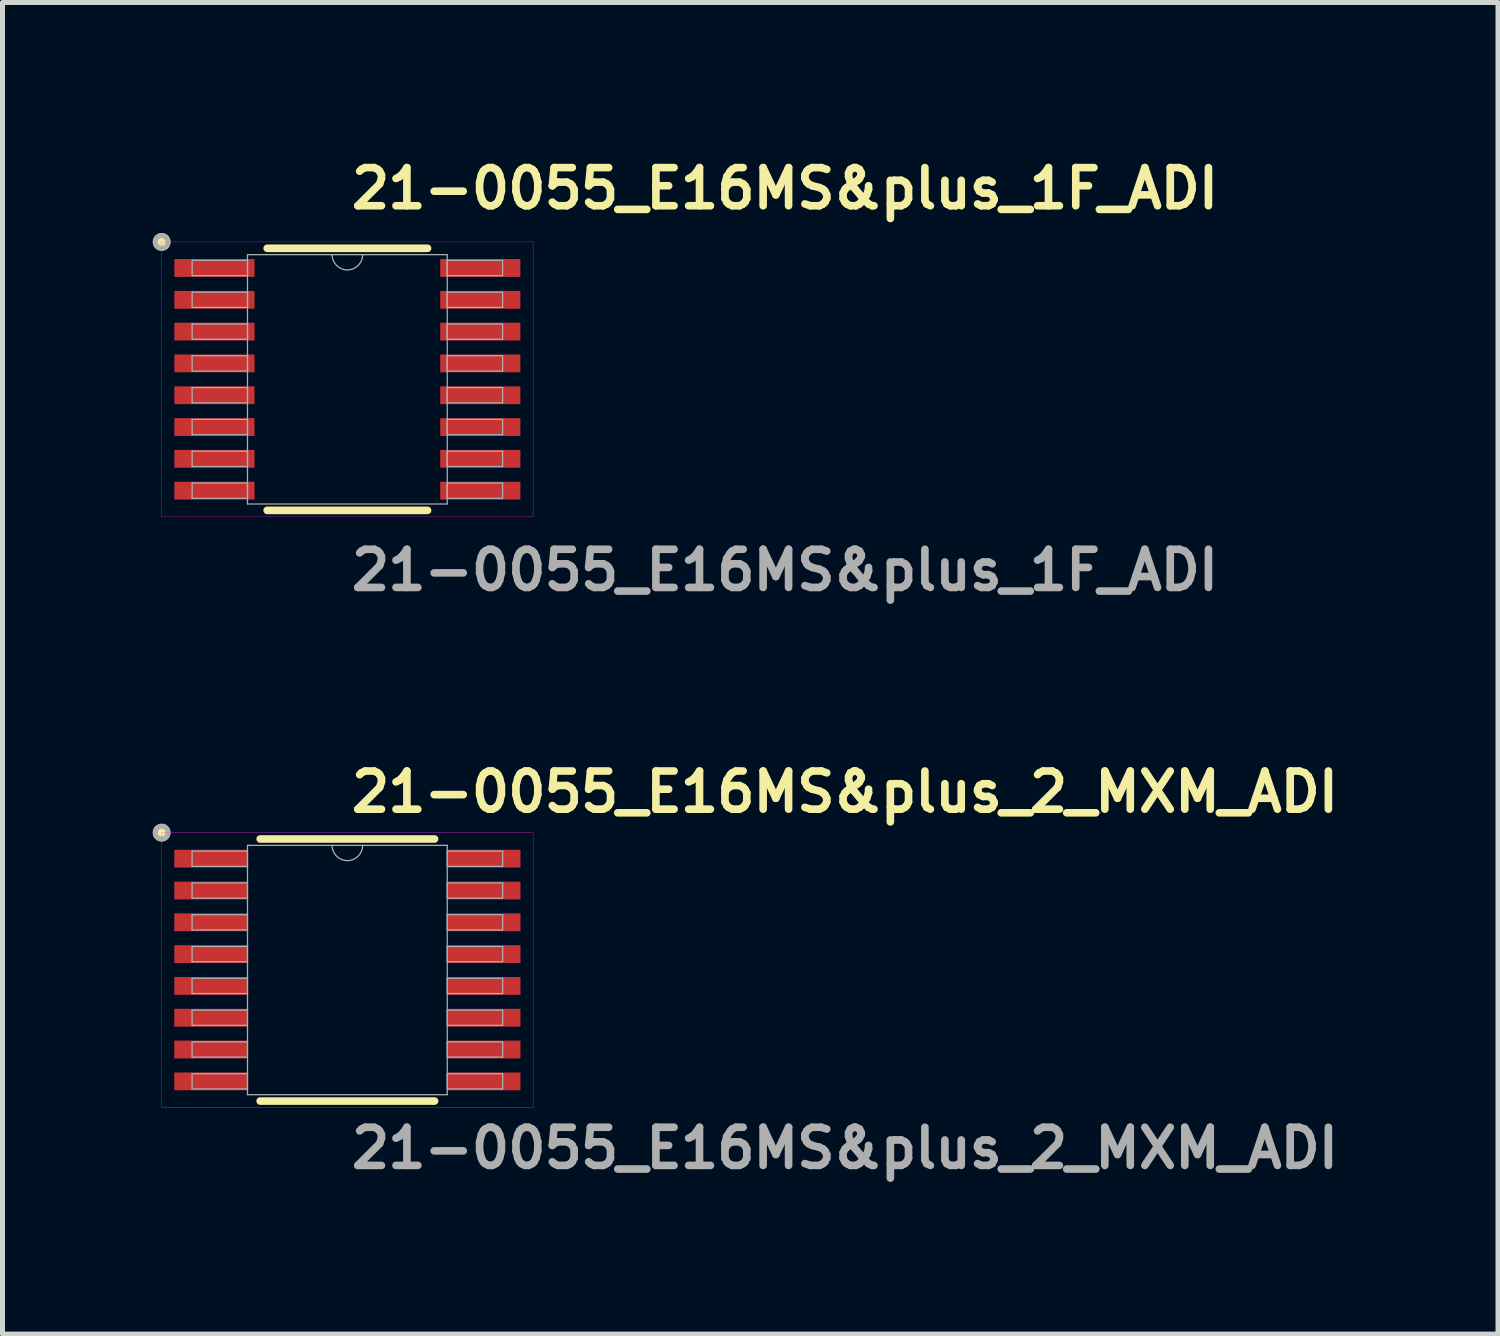
<source format=kicad_pcb>
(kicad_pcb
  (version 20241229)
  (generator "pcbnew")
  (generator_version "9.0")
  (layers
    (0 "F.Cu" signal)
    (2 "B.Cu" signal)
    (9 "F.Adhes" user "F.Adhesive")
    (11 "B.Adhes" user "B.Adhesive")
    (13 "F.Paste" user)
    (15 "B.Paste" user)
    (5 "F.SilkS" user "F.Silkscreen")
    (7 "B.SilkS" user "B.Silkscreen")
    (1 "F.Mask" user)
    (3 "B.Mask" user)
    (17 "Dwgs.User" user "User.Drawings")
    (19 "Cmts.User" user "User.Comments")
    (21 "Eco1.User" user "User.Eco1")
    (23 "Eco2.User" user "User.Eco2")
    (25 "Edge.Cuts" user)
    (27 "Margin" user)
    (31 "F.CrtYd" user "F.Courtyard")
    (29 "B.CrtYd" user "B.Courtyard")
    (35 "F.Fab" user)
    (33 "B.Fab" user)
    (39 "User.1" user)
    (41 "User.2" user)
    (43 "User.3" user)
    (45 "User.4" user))
  (footprint "21-0055_E16MS&plus_2_MXM_ADI"
    (layer "F.Cu")
    (at 3.885 16.316)
    (property "Reference" "21-0055_E16MS&plus_2_MXM_ADI" (at 0 -3.556 0) (unlocked yes) (layer "F.SilkS") (effects (font (size 0.762 0.762) (thickness 0.152) (bold yes)) (justify left)))
    (attr smd)
    (fp_line (start -1.741 2.616) (end 1.741 2.616) (stroke (width 0.152) (type solid)) (layer "F.SilkS"))
    (fp_line (start 1.741 -2.616) (end -1.741 -2.616) (stroke (width 0.152) (type solid)) (layer "F.SilkS"))
    (fp_circle (center -3.708 -2.743) (end -3.581 -2.743) (stroke (width 0.1) (type solid)) (fill yes) (layer "F.SilkS"))
    (fp_rect (start -3.708 -2.743) (end 3.708 2.743) (stroke (width 0.006) (type solid)) (fill no) (layer "F.CrtYd"))
    (fp_line (start -3.1 -2.375) (end -3.1 -2.07) (stroke (width 0.025) (type solid)) (layer "F.Fab"))
    (fp_line (start -3.1 -2.07) (end -1.994 -2.07) (stroke (width 0.025) (type solid)) (layer "F.Fab"))
    (fp_line (start -3.1 -1.74) (end -3.1 -1.435) (stroke (width 0.025) (type solid)) (layer "F.Fab"))
    (fp_line (start -3.1 -1.435) (end -1.994 -1.435) (stroke (width 0.025) (type solid)) (layer "F.Fab"))
    (fp_line (start -3.1 -1.105) (end -3.1 -0.8) (stroke (width 0.025) (type solid)) (layer "F.Fab"))
    (fp_line (start -3.1 -0.8) (end -1.994 -0.8) (stroke (width 0.025) (type solid)) (layer "F.Fab"))
    (fp_line (start -3.1 -0.47) (end -3.1 -0.165) (stroke (width 0.025) (type solid)) (layer "F.Fab"))
    (fp_line (start -3.1 -0.165) (end -1.994 -0.165) (stroke (width 0.025) (type solid)) (layer "F.Fab"))
    (fp_line (start -3.1 0.165) (end -3.1 0.47) (stroke (width 0.025) (type solid)) (layer "F.Fab"))
    (fp_line (start -3.1 0.47) (end -1.994 0.47) (stroke (width 0.025) (type solid)) (layer "F.Fab"))
    (fp_line (start -3.1 0.8) (end -3.1 1.105) (stroke (width 0.025) (type solid)) (layer "F.Fab"))
    (fp_line (start -3.1 1.105) (end -1.994 1.105) (stroke (width 0.025) (type solid)) (layer "F.Fab"))
    (fp_line (start -3.1 1.435) (end -3.1 1.74) (stroke (width 0.025) (type solid)) (layer "F.Fab"))
    (fp_line (start -3.1 1.74) (end -1.994 1.74) (stroke (width 0.025) (type solid)) (layer "F.Fab"))
    (fp_line (start -3.1 2.07) (end -3.1 2.375) (stroke (width 0.025) (type solid)) (layer "F.Fab"))
    (fp_line (start -3.1 2.375) (end -1.994 2.375) (stroke (width 0.025) (type solid)) (layer "F.Fab"))
    (fp_line (start -1.994 -2.489) (end -1.994 2.489) (stroke (width 0.025) (type solid)) (layer "F.Fab"))
    (fp_line (start -1.994 -2.375) (end -3.1 -2.375) (stroke (width 0.025) (type solid)) (layer "F.Fab"))
    (fp_line (start -1.994 -2.07) (end -1.994 -2.375) (stroke (width 0.025) (type solid)) (layer "F.Fab"))
    (fp_line (start -1.994 -1.74) (end -3.1 -1.74) (stroke (width 0.025) (type solid)) (layer "F.Fab"))
    (fp_line (start -1.994 -1.435) (end -1.994 -1.74) (stroke (width 0.025) (type solid)) (layer "F.Fab"))
    (fp_line (start -1.994 -1.105) (end -3.1 -1.105) (stroke (width 0.025) (type solid)) (layer "F.Fab"))
    (fp_line (start -1.994 -0.8) (end -1.994 -1.105) (stroke (width 0.025) (type solid)) (layer "F.Fab"))
    (fp_line (start -1.994 -0.47) (end -3.1 -0.47) (stroke (width 0.025) (type solid)) (layer "F.Fab"))
    (fp_line (start -1.994 -0.165) (end -1.994 -0.47) (stroke (width 0.025) (type solid)) (layer "F.Fab"))
    (fp_line (start -1.994 0.165) (end -3.1 0.165) (stroke (width 0.025) (type solid)) (layer "F.Fab"))
    (fp_line (start -1.994 0.47) (end -1.994 0.165) (stroke (width 0.025) (type solid)) (layer "F.Fab"))
    (fp_line (start -1.994 0.8) (end -3.1 0.8) (stroke (width 0.025) (type solid)) (layer "F.Fab"))
    (fp_line (start -1.994 1.105) (end -1.994 0.8) (stroke (width 0.025) (type solid)) (layer "F.Fab"))
    (fp_line (start -1.994 1.435) (end -3.1 1.435) (stroke (width 0.025) (type solid)) (layer "F.Fab"))
    (fp_line (start -1.994 1.74) (end -1.994 1.435) (stroke (width 0.025) (type solid)) (layer "F.Fab"))
    (fp_line (start -1.994 2.07) (end -3.1 2.07) (stroke (width 0.025) (type solid)) (layer "F.Fab"))
    (fp_line (start -1.994 2.375) (end -1.994 2.07) (stroke (width 0.025) (type solid)) (layer "F.Fab"))
    (fp_line (start -1.994 2.489) (end 1.994 2.489) (stroke (width 0.025) (type solid)) (layer "F.Fab"))
    (fp_line (start 1.994 -2.489) (end -1.994 -2.489) (stroke (width 0.025) (type solid)) (layer "F.Fab"))
    (fp_line (start 1.994 -2.375) (end 1.994 -2.07) (stroke (width 0.025) (type solid)) (layer "F.Fab"))
    (fp_line (start 1.994 -2.07) (end 3.1 -2.07) (stroke (width 0.025) (type solid)) (layer "F.Fab"))
    (fp_line (start 1.994 -1.74) (end 1.994 -1.435) (stroke (width 0.025) (type solid)) (layer "F.Fab"))
    (fp_line (start 1.994 -1.435) (end 3.1 -1.435) (stroke (width 0.025) (type solid)) (layer "F.Fab"))
    (fp_line (start 1.994 -1.105) (end 1.994 -0.8) (stroke (width 0.025) (type solid)) (layer "F.Fab"))
    (fp_line (start 1.994 -0.8) (end 3.1 -0.8) (stroke (width 0.025) (type solid)) (layer "F.Fab"))
    (fp_line (start 1.994 -0.47) (end 1.994 -0.165) (stroke (width 0.025) (type solid)) (layer "F.Fab"))
    (fp_line (start 1.994 -0.165) (end 3.1 -0.165) (stroke (width 0.025) (type solid)) (layer "F.Fab"))
    (fp_line (start 1.994 0.165) (end 1.994 0.47) (stroke (width 0.025) (type solid)) (layer "F.Fab"))
    (fp_line (start 1.994 0.47) (end 3.1 0.47) (stroke (width 0.025) (type solid)) (layer "F.Fab"))
    (fp_line (start 1.994 0.8) (end 1.994 1.105) (stroke (width 0.025) (type solid)) (layer "F.Fab"))
    (fp_line (start 1.994 1.105) (end 3.1 1.105) (stroke (width 0.025) (type solid)) (layer "F.Fab"))
    (fp_line (start 1.994 1.435) (end 1.994 1.74) (stroke (width 0.025) (type solid)) (layer "F.Fab"))
    (fp_line (start 1.994 1.74) (end 3.1 1.74) (stroke (width 0.025) (type solid)) (layer "F.Fab"))
    (fp_line (start 1.994 2.07) (end 1.994 2.375) (stroke (width 0.025) (type solid)) (layer "F.Fab"))
    (fp_line (start 1.994 2.375) (end 3.1 2.375) (stroke (width 0.025) (type solid)) (layer "F.Fab"))
    (fp_line (start 1.994 2.489) (end 1.994 -2.489) (stroke (width 0.025) (type solid)) (layer "F.Fab"))
    (fp_line (start 3.1 -2.375) (end 1.994 -2.375) (stroke (width 0.025) (type solid)) (layer "F.Fab"))
    (fp_line (start 3.1 -2.07) (end 3.1 -2.375) (stroke (width 0.025) (type solid)) (layer "F.Fab"))
    (fp_line (start 3.1 -1.74) (end 1.994 -1.74) (stroke (width 0.025) (type solid)) (layer "F.Fab"))
    (fp_line (start 3.1 -1.435) (end 3.1 -1.74) (stroke (width 0.025) (type solid)) (layer "F.Fab"))
    (fp_line (start 3.1 -1.105) (end 1.994 -1.105) (stroke (width 0.025) (type solid)) (layer "F.Fab"))
    (fp_line (start 3.1 -0.8) (end 3.1 -1.105) (stroke (width 0.025) (type solid)) (layer "F.Fab"))
    (fp_line (start 3.1 -0.47) (end 1.994 -0.47) (stroke (width 0.025) (type solid)) (layer "F.Fab"))
    (fp_line (start 3.1 -0.165) (end 3.1 -0.47) (stroke (width 0.025) (type solid)) (layer "F.Fab"))
    (fp_line (start 3.1 0.165) (end 1.994 0.165) (stroke (width 0.025) (type solid)) (layer "F.Fab"))
    (fp_line (start 3.1 0.47) (end 3.1 0.165) (stroke (width 0.025) (type solid)) (layer "F.Fab"))
    (fp_line (start 3.1 0.8) (end 1.994 0.8) (stroke (width 0.025) (type solid)) (layer "F.Fab"))
    (fp_line (start 3.1 1.105) (end 3.1 0.8) (stroke (width 0.025) (type solid)) (layer "F.Fab"))
    (fp_line (start 3.1 1.435) (end 1.994 1.435) (stroke (width 0.025) (type solid)) (layer "F.Fab"))
    (fp_line (start 3.1 1.74) (end 3.1 1.435) (stroke (width 0.025) (type solid)) (layer "F.Fab"))
    (fp_line (start 3.1 2.07) (end 1.994 2.07) (stroke (width 0.025) (type solid)) (layer "F.Fab"))
    (fp_line (start 3.1 2.375) (end 3.1 2.07) (stroke (width 0.025) (type solid)) (layer "F.Fab"))
    (fp_arc (start 0.3048 -2.4892) (mid 0 -2.1844) (end -0.3048 -2.4892) (stroke (width 0.0254) (type solid)) (layer "F.Fab"))
    (fp_circle (center -3.708 -2.743) (end -3.581 -2.743) (stroke (width 0.1) (type solid)) (fill no) (layer "F.Fab"))
    (fp_text user "${REFERENCE}" (at 0 3.556 0) (unlocked yes) (layer "F.Fab") (effects (font (size 0.762 0.762) (thickness 0.152) (bold yes)) (justify left)))
    (pad "1" smd rect (at -2.725 -2.223) (size 1.462 0.356) (layers "F.Cu" "F.Mask" "F.Paste"))
    (pad "2" smd rect (at -2.725 -1.587) (size 1.462 0.356) (layers "F.Cu" "F.Mask" "F.Paste"))
    (pad "3" smd rect (at -2.725 -0.953) (size 1.462 0.356) (layers "F.Cu" "F.Mask" "F.Paste"))
    (pad "4" smd rect (at -2.725 -0.318) (size 1.462 0.356) (layers "F.Cu" "F.Mask" "F.Paste"))
    (pad "5" smd rect (at -2.725 0.318) (size 1.462 0.356) (layers "F.Cu" "F.Mask" "F.Paste"))
    (pad "6" smd rect (at -2.725 0.953) (size 1.462 0.356) (layers "F.Cu" "F.Mask" "F.Paste"))
    (pad "7" smd rect (at -2.725 1.587) (size 1.462 0.356) (layers "F.Cu" "F.Mask" "F.Paste"))
    (pad "8" smd rect (at -2.725 2.223) (size 1.462 0.356) (layers "F.Cu" "F.Mask" "F.Paste"))
    (pad "9" smd rect (at 2.725 2.223) (size 1.462 0.356) (layers "F.Cu" "F.Mask" "F.Paste"))
    (pad "10" smd rect (at 2.725 1.587) (size 1.462 0.356) (layers "F.Cu" "F.Mask" "F.Paste"))
    (pad "11" smd rect (at 2.725 0.953) (size 1.462 0.356) (layers "F.Cu" "F.Mask" "F.Paste"))
    (pad "12" smd rect (at 2.725 0.318) (size 1.462 0.356) (layers "F.Cu" "F.Mask" "F.Paste"))
    (pad "13" smd rect (at 2.725 -0.318) (size 1.462 0.356) (layers "F.Cu" "F.Mask" "F.Paste"))
    (pad "14" smd rect (at 2.725 -0.953) (size 1.462 0.356) (layers "F.Cu" "F.Mask" "F.Paste"))
    (pad "15" smd rect (at 2.725 -1.587) (size 1.462 0.356) (layers "F.Cu" "F.Mask" "F.Paste"))
    (pad "16" smd rect (at 2.725 -2.223) (size 1.462 0.356) (layers "F.Cu" "F.Mask" "F.Paste")))
  (footprint "21-0055_E16MS&plus_1F_ADI"
    (layer "F.Cu")
    (at 3.885 4.523)
    (property "Reference" "21-0055_E16MS&plus_1F_ADI" (at 0 -3.81 0) (unlocked yes) (layer "F.SilkS") (effects (font (size 0.762 0.762) (thickness 0.152) (bold yes)) (justify left)))
    (attr smd)
    (fp_line (start -1.601 2.616) (end 1.601 2.616) (stroke (width 0.152) (type solid)) (layer "F.SilkS"))
    (fp_line (start 1.601 -2.616) (end -1.601 -2.616) (stroke (width 0.152) (type solid)) (layer "F.SilkS"))
    (fp_circle (center -3.708 -2.743) (end -3.581 -2.743) (stroke (width 0.1) (type solid)) (fill yes) (layer "F.SilkS"))
    (fp_rect (start -3.708 -2.743) (end 3.708 2.743) (stroke (width 0.006) (type solid)) (fill no) (layer "F.CrtYd"))
    (fp_line (start -3.099 -2.375) (end -3.099 -2.07) (stroke (width 0.025) (type solid)) (layer "F.Fab"))
    (fp_line (start -3.099 -2.07) (end -1.994 -2.07) (stroke (width 0.025) (type solid)) (layer "F.Fab"))
    (fp_line (start -3.099 -1.74) (end -3.099 -1.435) (stroke (width 0.025) (type solid)) (layer "F.Fab"))
    (fp_line (start -3.099 -1.435) (end -1.994 -1.435) (stroke (width 0.025) (type solid)) (layer "F.Fab"))
    (fp_line (start -3.099 -1.105) (end -3.099 -0.8) (stroke (width 0.025) (type solid)) (layer "F.Fab"))
    (fp_line (start -3.099 -0.8) (end -1.994 -0.8) (stroke (width 0.025) (type solid)) (layer "F.Fab"))
    (fp_line (start -3.099 -0.47) (end -3.099 -0.165) (stroke (width 0.025) (type solid)) (layer "F.Fab"))
    (fp_line (start -3.099 -0.165) (end -1.994 -0.165) (stroke (width 0.025) (type solid)) (layer "F.Fab"))
    (fp_line (start -3.099 0.165) (end -3.099 0.47) (stroke (width 0.025) (type solid)) (layer "F.Fab"))
    (fp_line (start -3.099 0.47) (end -1.994 0.47) (stroke (width 0.025) (type solid)) (layer "F.Fab"))
    (fp_line (start -3.099 0.8) (end -3.099 1.105) (stroke (width 0.025) (type solid)) (layer "F.Fab"))
    (fp_line (start -3.099 1.105) (end -1.994 1.105) (stroke (width 0.025) (type solid)) (layer "F.Fab"))
    (fp_line (start -3.099 1.435) (end -3.099 1.74) (stroke (width 0.025) (type solid)) (layer "F.Fab"))
    (fp_line (start -3.099 1.74) (end -1.994 1.74) (stroke (width 0.025) (type solid)) (layer "F.Fab"))
    (fp_line (start -3.099 2.07) (end -3.099 2.375) (stroke (width 0.025) (type solid)) (layer "F.Fab"))
    (fp_line (start -3.099 2.375) (end -1.994 2.375) (stroke (width 0.025) (type solid)) (layer "F.Fab"))
    (fp_line (start -1.994 -2.489) (end -1.994 2.489) (stroke (width 0.025) (type solid)) (layer "F.Fab"))
    (fp_line (start -1.994 -2.375) (end -3.099 -2.375) (stroke (width 0.025) (type solid)) (layer "F.Fab"))
    (fp_line (start -1.994 -2.07) (end -1.994 -2.375) (stroke (width 0.025) (type solid)) (layer "F.Fab"))
    (fp_line (start -1.994 -1.74) (end -3.099 -1.74) (stroke (width 0.025) (type solid)) (layer "F.Fab"))
    (fp_line (start -1.994 -1.435) (end -1.994 -1.74) (stroke (width 0.025) (type solid)) (layer "F.Fab"))
    (fp_line (start -1.994 -1.105) (end -3.099 -1.105) (stroke (width 0.025) (type solid)) (layer "F.Fab"))
    (fp_line (start -1.994 -0.8) (end -1.994 -1.105) (stroke (width 0.025) (type solid)) (layer "F.Fab"))
    (fp_line (start -1.994 -0.47) (end -3.099 -0.47) (stroke (width 0.025) (type solid)) (layer "F.Fab"))
    (fp_line (start -1.994 -0.165) (end -1.994 -0.47) (stroke (width 0.025) (type solid)) (layer "F.Fab"))
    (fp_line (start -1.994 0.165) (end -3.099 0.165) (stroke (width 0.025) (type solid)) (layer "F.Fab"))
    (fp_line (start -1.994 0.47) (end -1.994 0.165) (stroke (width 0.025) (type solid)) (layer "F.Fab"))
    (fp_line (start -1.994 0.8) (end -3.099 0.8) (stroke (width 0.025) (type solid)) (layer "F.Fab"))
    (fp_line (start -1.994 1.105) (end -1.994 0.8) (stroke (width 0.025) (type solid)) (layer "F.Fab"))
    (fp_line (start -1.994 1.435) (end -3.099 1.435) (stroke (width 0.025) (type solid)) (layer "F.Fab"))
    (fp_line (start -1.994 1.74) (end -1.994 1.435) (stroke (width 0.025) (type solid)) (layer "F.Fab"))
    (fp_line (start -1.994 2.07) (end -3.099 2.07) (stroke (width 0.025) (type solid)) (layer "F.Fab"))
    (fp_line (start -1.994 2.375) (end -1.994 2.07) (stroke (width 0.025) (type solid)) (layer "F.Fab"))
    (fp_line (start -1.994 2.489) (end 1.994 2.489) (stroke (width 0.025) (type solid)) (layer "F.Fab"))
    (fp_line (start 1.994 -2.489) (end -1.994 -2.489) (stroke (width 0.025) (type solid)) (layer "F.Fab"))
    (fp_line (start 1.994 -2.375) (end 1.994 -2.07) (stroke (width 0.025) (type solid)) (layer "F.Fab"))
    (fp_line (start 1.994 -2.07) (end 3.099 -2.07) (stroke (width 0.025) (type solid)) (layer "F.Fab"))
    (fp_line (start 1.994 -1.74) (end 1.994 -1.435) (stroke (width 0.025) (type solid)) (layer "F.Fab"))
    (fp_line (start 1.994 -1.435) (end 3.099 -1.435) (stroke (width 0.025) (type solid)) (layer "F.Fab"))
    (fp_line (start 1.994 -1.105) (end 1.994 -0.8) (stroke (width 0.025) (type solid)) (layer "F.Fab"))
    (fp_line (start 1.994 -0.8) (end 3.099 -0.8) (stroke (width 0.025) (type solid)) (layer "F.Fab"))
    (fp_line (start 1.994 -0.47) (end 1.994 -0.165) (stroke (width 0.025) (type solid)) (layer "F.Fab"))
    (fp_line (start 1.994 -0.165) (end 3.099 -0.165) (stroke (width 0.025) (type solid)) (layer "F.Fab"))
    (fp_line (start 1.994 0.165) (end 1.994 0.47) (stroke (width 0.025) (type solid)) (layer "F.Fab"))
    (fp_line (start 1.994 0.47) (end 3.099 0.47) (stroke (width 0.025) (type solid)) (layer "F.Fab"))
    (fp_line (start 1.994 0.8) (end 1.994 1.105) (stroke (width 0.025) (type solid)) (layer "F.Fab"))
    (fp_line (start 1.994 1.105) (end 3.099 1.105) (stroke (width 0.025) (type solid)) (layer "F.Fab"))
    (fp_line (start 1.994 1.435) (end 1.994 1.74) (stroke (width 0.025) (type solid)) (layer "F.Fab"))
    (fp_line (start 1.994 1.74) (end 3.099 1.74) (stroke (width 0.025) (type solid)) (layer "F.Fab"))
    (fp_line (start 1.994 2.07) (end 1.994 2.375) (stroke (width 0.025) (type solid)) (layer "F.Fab"))
    (fp_line (start 1.994 2.375) (end 3.099 2.375) (stroke (width 0.025) (type solid)) (layer "F.Fab"))
    (fp_line (start 1.994 2.489) (end 1.994 -2.489) (stroke (width 0.025) (type solid)) (layer "F.Fab"))
    (fp_line (start 3.099 -2.375) (end 1.994 -2.375) (stroke (width 0.025) (type solid)) (layer "F.Fab"))
    (fp_line (start 3.099 -2.07) (end 3.099 -2.375) (stroke (width 0.025) (type solid)) (layer "F.Fab"))
    (fp_line (start 3.099 -1.74) (end 1.994 -1.74) (stroke (width 0.025) (type solid)) (layer "F.Fab"))
    (fp_line (start 3.099 -1.435) (end 3.099 -1.74) (stroke (width 0.025) (type solid)) (layer "F.Fab"))
    (fp_line (start 3.099 -1.105) (end 1.994 -1.105) (stroke (width 0.025) (type solid)) (layer "F.Fab"))
    (fp_line (start 3.099 -0.8) (end 3.099 -1.105) (stroke (width 0.025) (type solid)) (layer "F.Fab"))
    (fp_line (start 3.099 -0.47) (end 1.994 -0.47) (stroke (width 0.025) (type solid)) (layer "F.Fab"))
    (fp_line (start 3.099 -0.165) (end 3.099 -0.47) (stroke (width 0.025) (type solid)) (layer "F.Fab"))
    (fp_line (start 3.099 0.165) (end 1.994 0.165) (stroke (width 0.025) (type solid)) (layer "F.Fab"))
    (fp_line (start 3.099 0.47) (end 3.099 0.165) (stroke (width 0.025) (type solid)) (layer "F.Fab"))
    (fp_line (start 3.099 0.8) (end 1.994 0.8) (stroke (width 0.025) (type solid)) (layer "F.Fab"))
    (fp_line (start 3.099 1.105) (end 3.099 0.8) (stroke (width 0.025) (type solid)) (layer "F.Fab"))
    (fp_line (start 3.099 1.435) (end 1.994 1.435) (stroke (width 0.025) (type solid)) (layer "F.Fab"))
    (fp_line (start 3.099 1.74) (end 3.099 1.435) (stroke (width 0.025) (type solid)) (layer "F.Fab"))
    (fp_line (start 3.099 2.07) (end 1.994 2.07) (stroke (width 0.025) (type solid)) (layer "F.Fab"))
    (fp_line (start 3.099 2.375) (end 3.099 2.07) (stroke (width 0.025) (type solid)) (layer "F.Fab"))
    (fp_arc (start 0.3048 -2.4892) (mid 0 -2.1844) (end -0.3048 -2.4892) (stroke (width 0.0254) (type solid)) (layer "F.Fab"))
    (fp_circle (center -3.708 -2.743) (end -3.581 -2.743) (stroke (width 0.1) (type solid)) (fill no) (layer "F.Fab"))
    (fp_text user "${REFERENCE}" (at 0 3.81 0) (unlocked yes) (layer "F.Fab") (effects (font (size 0.762 0.762) (thickness 0.152) (bold yes)) (justify left)))
    (pad "1" smd rect (at -2.654 -2.223) (size 1.6 0.356) (layers "F.Cu" "F.Mask" "F.Paste"))
    (pad "2" smd rect (at -2.654 -1.587) (size 1.6 0.356) (layers "F.Cu" "F.Mask" "F.Paste"))
    (pad "3" smd rect (at -2.654 -0.953) (size 1.6 0.356) (layers "F.Cu" "F.Mask" "F.Paste"))
    (pad "4" smd rect (at -2.654 -0.318) (size 1.6 0.356) (layers "F.Cu" "F.Mask" "F.Paste"))
    (pad "5" smd rect (at -2.654 0.318) (size 1.6 0.356) (layers "F.Cu" "F.Mask" "F.Paste"))
    (pad "6" smd rect (at -2.654 0.953) (size 1.6 0.356) (layers "F.Cu" "F.Mask" "F.Paste"))
    (pad "7" smd rect (at -2.654 1.587) (size 1.6 0.356) (layers "F.Cu" "F.Mask" "F.Paste"))
    (pad "8" smd rect (at -2.654 2.223) (size 1.6 0.356) (layers "F.Cu" "F.Mask" "F.Paste"))
    (pad "9" smd rect (at 2.654 2.223) (size 1.6 0.356) (layers "F.Cu" "F.Mask" "F.Paste"))
    (pad "10" smd rect (at 2.654 1.587) (size 1.6 0.356) (layers "F.Cu" "F.Mask" "F.Paste"))
    (pad "11" smd rect (at 2.654 0.953) (size 1.6 0.356) (layers "F.Cu" "F.Mask" "F.Paste"))
    (pad "12" smd rect (at 2.654 0.318) (size 1.6 0.356) (layers "F.Cu" "F.Mask" "F.Paste"))
    (pad "13" smd rect (at 2.654 -0.318) (size 1.6 0.356) (layers "F.Cu" "F.Mask" "F.Paste"))
    (pad "14" smd rect (at 2.654 -0.953) (size 1.6 0.356) (layers "F.Cu" "F.Mask" "F.Paste"))
    (pad "15" smd rect (at 2.654 -1.587) (size 1.6 0.356) (layers "F.Cu" "F.Mask" "F.Paste"))
    (pad "16" smd rect (at 2.654 -2.223) (size 1.6 0.356) (layers "F.Cu" "F.Mask" "F.Paste")))
  (gr_rect
    (start -3 -3)
    (end 26.857 23.585)
    (stroke (width 0.1) (type default))
    (fill no)
    (layer "Edge.Cuts")))
</source>
